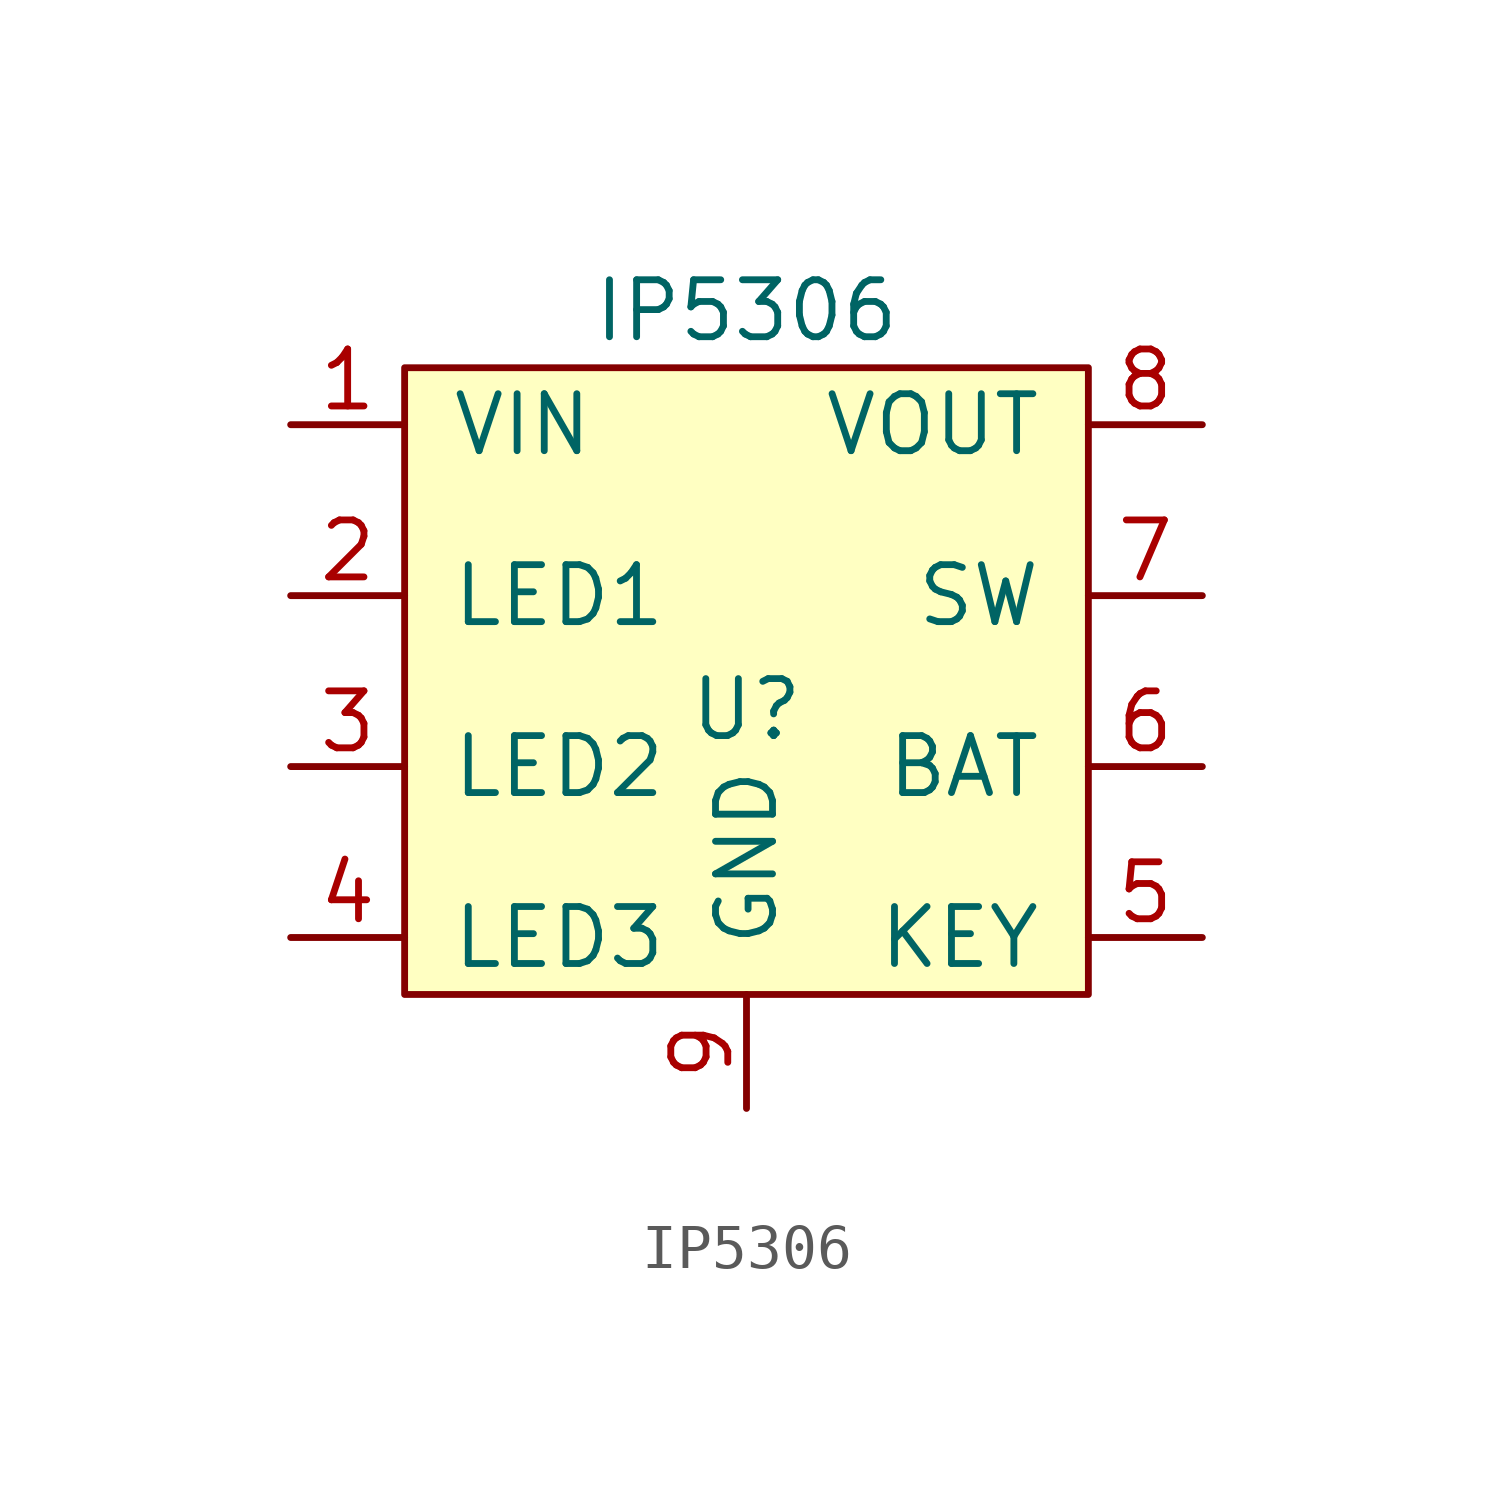
<source format=kicad_sym>
(kicad_symbol_lib
  (version 20211014)
  (generator kicad_symbol_editor)
  (symbol "IP5306"
    (pin_names
      (offset 1.016))
    (property "Reference" "U"
      (at 0 0 0)
      (effects (font (size 1.27 1.27))))
    (property "Value" "IP5306"
      (at 0 8.89 0)
      (effects (font (size 1.27 1.27))))
    (symbol "IP5306_0_1"
      (rectangle (start -7.62 7.62) (end 7.62 -6.35) (stroke (width 0) (type default) (color 0 0 0 0)) (fill (type background))))
    (symbol "IP5306_1_1"
      (pin power_in line (at -10.16 6.35 0) (length 2.54) (name "VIN" (effects (font (size 1.27 1.27)))) (number "1" (effects (font (size 1.27 1.27)))))
      (pin bidirectional line (at -10.16 2.54 0) (length 2.54) (name "LED1" (effects (font (size 1.27 1.27)))) (number "2" (effects (font (size 1.27 1.27)))))
      (pin bidirectional line (at -10.16 -1.27 0) (length 2.54) (name "LED2" (effects (font (size 1.27 1.27)))) (number "3" (effects (font (size 1.27 1.27)))))
      (pin bidirectional line (at -10.16 -5.08 0) (length 2.54) (name "LED3" (effects (font (size 1.27 1.27)))) (number "4" (effects (font (size 1.27 1.27)))))
      (pin bidirectional line (at 10.16 -5.08 180) (length 2.54) (name "KEY" (effects (font (size 1.27 1.27)))) (number "5" (effects (font (size 1.27 1.27)))))
      (pin power_in line (at 10.16 -1.27 180) (length 2.54) (name "BAT" (effects (font (size 1.27 1.27)))) (number "6" (effects (font (size 1.27 1.27)))))
      (pin power_in line (at 10.16 2.54 180) (length 2.54) (name "SW" (effects (font (size 1.27 1.27)))) (number "7" (effects (font (size 1.27 1.27)))))
      (pin power_in line (at 10.16 6.35 180) (length 2.54) (name "VOUT" (effects (font (size 1.27 1.27)))) (number "8" (effects (font (size 1.27 1.27)))))
      (pin power_in line (at 0 -8.89 90) (length 2.54) (name "GND" (effects (font (size 1.27 1.27)))) (number "9" (effects (font (size 1.27 1.27))))))))
</source>
